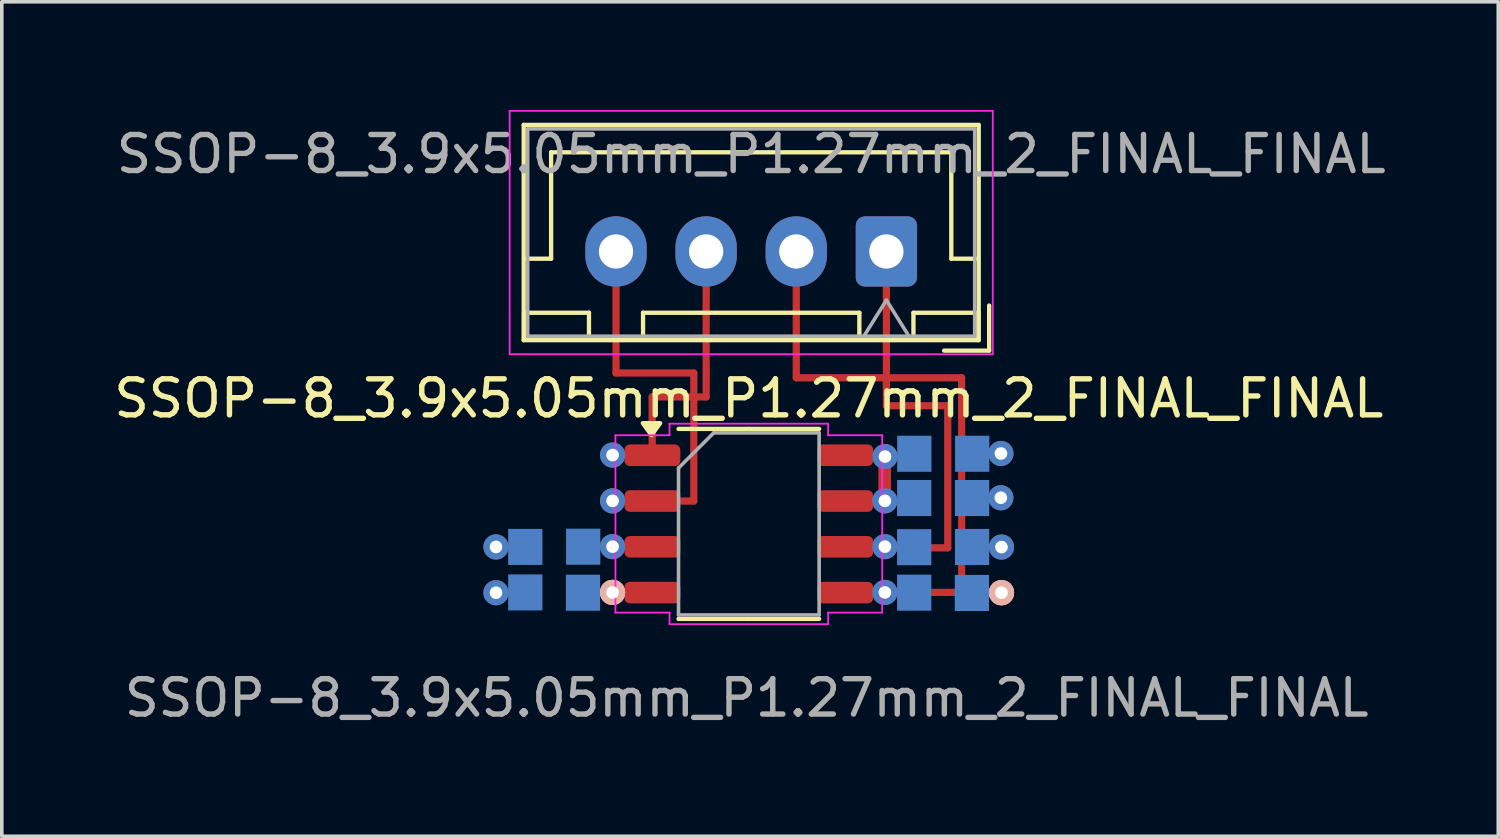
<source format=kicad_pcb>
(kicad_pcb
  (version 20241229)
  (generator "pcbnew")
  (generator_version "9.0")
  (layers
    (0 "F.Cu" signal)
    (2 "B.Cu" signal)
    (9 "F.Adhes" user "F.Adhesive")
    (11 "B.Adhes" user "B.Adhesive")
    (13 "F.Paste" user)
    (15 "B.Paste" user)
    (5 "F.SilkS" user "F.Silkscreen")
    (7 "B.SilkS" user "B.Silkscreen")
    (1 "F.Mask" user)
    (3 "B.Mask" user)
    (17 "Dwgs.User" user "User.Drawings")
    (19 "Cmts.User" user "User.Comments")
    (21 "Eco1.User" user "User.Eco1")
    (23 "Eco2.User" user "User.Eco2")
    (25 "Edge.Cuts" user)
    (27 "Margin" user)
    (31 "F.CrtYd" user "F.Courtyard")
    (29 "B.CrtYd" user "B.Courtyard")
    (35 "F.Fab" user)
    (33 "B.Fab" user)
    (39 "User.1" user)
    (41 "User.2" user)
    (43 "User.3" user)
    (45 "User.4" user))
  (footprint "SSOP-8_3.9x5.05mm_P1.27mm_2_FINAL_FINAL"
    (layer "F.Cu")
    (at 17.72 11.482)
    (property "Reference" "SSOP-8_3.9x5.05mm_P1.27mm_2_FINAL_FINAL" (at 0 -3.48 0) (layer "F.SilkS") (effects (font (size 1 1) (thickness 0.15))))
    (attr smd through_hole)
    (fp_line (start -3.684 -7.557) (end -3.684 -4.186) (stroke (width 0.2) (type default)) (layer "F.Cu"))
    (fp_line (start -3.684 -4.186) (end -1.526 -4.186) (stroke (width 0.2) (type default)) (layer "F.Cu"))
    (fp_line (start -2.681 -3.523) (end -2.681 -1.905) (stroke (width 0.2) (type default)) (layer "F.Cu"))
    (fp_line (start -1.526 -4.186) (end -1.526 -0.635) (stroke (width 0.2) (type default)) (layer "F.Cu"))
    (fp_line (start -1.526 -0.635) (end -1.9 -0.635) (stroke (width 0.2) (type default)) (layer "F.Cu"))
    (fp_line (start -1.184 -7.557) (end -1.184 -3.523) (stroke (width 0.2) (type default)) (layer "F.Cu"))
    (fp_line (start -1.184 -3.523) (end -2.681 -3.523) (stroke (width 0.2) (type default)) (layer "F.Cu"))
    (fp_line (start 1.316 -7.557) (end 1.316 -4.053) (stroke (width 0.2) (type default)) (layer "F.Cu"))
    (fp_line (start 1.316 -4.053) (end 5.903 -4.053) (stroke (width 0.2) (type default)) (layer "F.Cu"))
    (fp_line (start 3.816 -7.557) (end 3.816 -3.278) (stroke (width 0.2) (type default)) (layer "F.Cu"))
    (fp_line (start 3.816 -3.278) (end 5.518 -3.278) (stroke (width 0.2) (type default)) (layer "F.Cu"))
    (fp_line (start 4.124 0.663) (end 3.949 0.663) (stroke (width 0.2) (type default)) (layer "F.Cu"))
    (fp_line (start 4.124 1.9) (end 3.949 1.9) (stroke (width 0.2) (type default)) (layer "F.Cu"))
    (fp_line (start 5.518 -3.278) (end 5.518 0.663) (stroke (width 0.2) (type default)) (layer "F.Cu"))
    (fp_line (start 5.518 0.663) (end 4.124 0.663) (stroke (width 0.2) (type default)) (layer "F.Cu"))
    (fp_line (start 5.903 -4.053) (end 5.903 1.9) (stroke (width 0.2) (type default)) (layer "F.Cu"))
    (fp_line (start 5.903 1.9) (end 4.124 1.9) (stroke (width 0.2) (type default)) (layer "F.Cu"))
    (fp_line (start -6.244 -11.067) (end -6.244 -5.097) (stroke (width 0.12) (type solid)) (layer "F.SilkS"))
    (fp_line (start -6.244 -5.097) (end 6.376 -5.097) (stroke (width 0.12) (type solid)) (layer "F.SilkS"))
    (fp_line (start -6.234 -7.357) (end -5.484 -7.357) (stroke (width 0.12) (type solid)) (layer "F.SilkS"))
    (fp_line (start -6.234 -5.857) (end -6.234 -5.107) (stroke (width 0.12) (type solid)) (layer "F.SilkS"))
    (fp_line (start -6.234 -5.107) (end -4.434 -5.107) (stroke (width 0.12) (type solid)) (layer "F.SilkS"))
    (fp_line (start -5.484 -10.307) (end 0.066 -10.307) (stroke (width 0.12) (type solid)) (layer "F.SilkS"))
    (fp_line (start -5.484 -7.357) (end -5.484 -10.307) (stroke (width 0.12) (type solid)) (layer "F.SilkS"))
    (fp_line (start -4.434 -5.857) (end -6.234 -5.857) (stroke (width 0.12) (type solid)) (layer "F.SilkS"))
    (fp_line (start -4.434 -5.107) (end -4.434 -5.857) (stroke (width 0.12) (type solid)) (layer "F.SilkS"))
    (fp_line (start -2.934 -5.857) (end -2.934 -5.107) (stroke (width 0.12) (type solid)) (layer "F.SilkS"))
    (fp_line (start -2.934 -5.107) (end 3.066 -5.107) (stroke (width 0.12) (type solid)) (layer "F.SilkS"))
    (fp_line (start 0 -2.635) (end -1.95 -2.635) (stroke (width 0.12) (type solid)) (layer "F.SilkS"))
    (fp_line (start 0 -2.635) (end 1.95 -2.635) (stroke (width 0.12) (type solid)) (layer "F.SilkS"))
    (fp_line (start 0 2.635) (end -1.95 2.635) (stroke (width 0.12) (type solid)) (layer "F.SilkS"))
    (fp_line (start 0 2.635) (end 1.95 2.635) (stroke (width 0.12) (type solid)) (layer "F.SilkS"))
    (fp_line (start 3.066 -5.857) (end -2.934 -5.857) (stroke (width 0.12) (type solid)) (layer "F.SilkS"))
    (fp_line (start 3.066 -5.107) (end 3.066 -5.857) (stroke (width 0.12) (type solid)) (layer "F.SilkS"))
    (fp_line (start 4.566 -5.857) (end 4.566 -5.107) (stroke (width 0.12) (type solid)) (layer "F.SilkS"))
    (fp_line (start 4.566 -5.107) (end 6.366 -5.107) (stroke (width 0.12) (type solid)) (layer "F.SilkS"))
    (fp_line (start 5.416 -4.807) (end 6.666 -4.807) (stroke (width 0.12) (type solid)) (layer "F.SilkS"))
    (fp_line (start 5.616 -10.307) (end 0.066 -10.307) (stroke (width 0.12) (type solid)) (layer "F.SilkS"))
    (fp_line (start 5.616 -7.357) (end 5.616 -10.307) (stroke (width 0.12) (type solid)) (layer "F.SilkS"))
    (fp_line (start 6.366 -7.357) (end 5.616 -7.357) (stroke (width 0.12) (type solid)) (layer "F.SilkS"))
    (fp_line (start 6.366 -5.857) (end 4.566 -5.857) (stroke (width 0.12) (type solid)) (layer "F.SilkS"))
    (fp_line (start 6.366 -5.107) (end 6.366 -5.857) (stroke (width 0.12) (type solid)) (layer "F.SilkS"))
    (fp_line (start 6.376 -11.067) (end -6.244 -11.067) (stroke (width 0.12) (type solid)) (layer "F.SilkS"))
    (fp_line (start 6.376 -5.097) (end 6.376 -11.067) (stroke (width 0.12) (type solid)) (layer "F.SilkS"))
    (fp_line (start 6.666 -4.807) (end 6.666 -6.057) (stroke (width 0.12) (type solid)) (layer "F.SilkS"))
    (fp_poly (pts (xy -2.7 -2.465) (xy -2.94 -2.795) (xy -2.46 -2.795)) (stroke (width 0.12) (type solid)) (fill yes) (layer "F.SilkS"))
    (fp_line (start -6.634 -11.457) (end -6.634 -4.707) (stroke (width 0.05) (type solid)) (layer "F.CrtYd"))
    (fp_line (start -6.634 -4.707) (end 6.766 -4.707) (stroke (width 0.05) (type solid)) (layer "F.CrtYd"))
    (fp_line (start -3.7 -2.46) (end -2.2 -2.46) (stroke (width 0.05) (type solid)) (layer "F.CrtYd"))
    (fp_line (start -3.7 2.46) (end -3.7 -2.46) (stroke (width 0.05) (type solid)) (layer "F.CrtYd"))
    (fp_line (start -2.2 -2.78) (end 2.2 -2.78) (stroke (width 0.05) (type solid)) (layer "F.CrtYd"))
    (fp_line (start -2.2 -2.46) (end -2.2 -2.78) (stroke (width 0.05) (type solid)) (layer "F.CrtYd"))
    (fp_line (start -2.2 2.46) (end -3.7 2.46) (stroke (width 0.05) (type solid)) (layer "F.CrtYd"))
    (fp_line (start -2.2 2.78) (end -2.2 2.46) (stroke (width 0.05) (type solid)) (layer "F.CrtYd"))
    (fp_line (start 2.2 -2.78) (end 2.2 -2.46) (stroke (width 0.05) (type solid)) (layer "F.CrtYd"))
    (fp_line (start 2.2 -2.46) (end 3.7 -2.46) (stroke (width 0.05) (type solid)) (layer "F.CrtYd"))
    (fp_line (start 2.2 2.46) (end 2.2 2.78) (stroke (width 0.05) (type solid)) (layer "F.CrtYd"))
    (fp_line (start 2.2 2.78) (end -2.2 2.78) (stroke (width 0.05) (type solid)) (layer "F.CrtYd"))
    (fp_line (start 3.7 -2.46) (end 3.7 2.46) (stroke (width 0.05) (type solid)) (layer "F.CrtYd"))
    (fp_line (start 3.7 2.46) (end 2.2 2.46) (stroke (width 0.05) (type solid)) (layer "F.CrtYd"))
    (fp_line (start 6.766 -11.457) (end -6.634 -11.457) (stroke (width 0.05) (type solid)) (layer "F.CrtYd"))
    (fp_line (start 6.766 -4.707) (end 6.766 -11.457) (stroke (width 0.05) (type solid)) (layer "F.CrtYd"))
    (fp_line (start -6.134 -10.957) (end -6.134 -5.207) (stroke (width 0.1) (type solid)) (layer "F.Fab"))
    (fp_line (start -6.134 -5.207) (end 6.266 -5.207) (stroke (width 0.1) (type solid)) (layer "F.Fab"))
    (fp_line (start -1.95 -1.55) (end -0.975 -2.525) (stroke (width 0.1) (type solid)) (layer "F.Fab"))
    (fp_line (start -1.95 2.525) (end -1.95 -1.55) (stroke (width 0.1) (type solid)) (layer "F.Fab"))
    (fp_line (start -0.975 -2.525) (end 1.95 -2.525) (stroke (width 0.1) (type solid)) (layer "F.Fab"))
    (fp_line (start 1.95 -2.525) (end 1.95 2.525) (stroke (width 0.1) (type solid)) (layer "F.Fab"))
    (fp_line (start 1.95 2.525) (end -1.95 2.525) (stroke (width 0.1) (type solid)) (layer "F.Fab"))
    (fp_line (start 3.816 -6.207) (end 3.191 -5.207) (stroke (width 0.1) (type solid)) (layer "F.Fab"))
    (fp_line (start 4.441 -5.207) (end 3.816 -6.207) (stroke (width 0.1) (type solid)) (layer "F.Fab"))
    (fp_line (start 6.266 -10.957) (end -6.134 -10.957) (stroke (width 0.1) (type solid)) (layer "F.Fab"))
    (fp_line (start 6.266 -5.207) (end 6.266 -10.957) (stroke (width 0.1) (type solid)) (layer "F.Fab"))
    (fp_text user "${REFERENCE}" (at 0.066 -10.257 180) (layer "F.Fab") (effects (font (size 1 1) (thickness 0.15))))
    (fp_text user "${REFERENCE}" (at -0.06 4.827 0) (layer "F.Fab") (effects (font (size 0.98 0.98) (thickness 0.15))))
    (pad "1" thru_hole circle (at -3.779 -1.91) (size 0.7 0.7) (drill 0.35) (layers "*.Cu" "*.Mask"))
    (pad "1" smd roundrect (at -2.675 -1.905) (size 1.55 0.6) (layers "F.Cu" "F.Mask" "F.Paste") (roundrect_rratio 0.25))
    (pad "1" thru_hole roundrect (at 3.816 -7.557 180) (size 1.7 1.95) (drill 0.95) (layers "*.Cu" "*.Mask") (roundrect_rratio 0.147))
    (pad "2" thru_hole circle (at -3.779 -0.64) (size 0.7 0.7) (drill 0.35) (layers "*.Cu" "*.Mask"))
    (pad "2" smd roundrect (at -2.675 -0.635) (size 1.55 0.6) (layers "F.Cu" "F.Mask" "F.Paste") (roundrect_rratio 0.25))
    (pad "2" thru_hole oval (at 1.316 -7.557 180) (size 1.7 1.95) (drill 0.95) (layers "*.Cu" "*.Mask"))
    (pad "3" smd rect (at -4.594 0.632) (size 0.95 1) (layers "B.Cu" "B.Mask"))
    (pad "3" thru_hole circle (at -3.779 0.63) (size 0.7 0.7) (drill 0.35) (layers "*.Cu" "*.Mask"))
    (pad "3" smd roundrect (at -2.675 0.635) (size 1.55 0.6) (layers "F.Cu" "F.Mask" "F.Paste") (roundrect_rratio 0.25))
    (pad "3" thru_hole oval (at -1.184 -7.557 180) (size 1.7 1.95) (drill 0.95) (layers "*.Cu" "*.Mask"))
    (pad "4" smd rect (at -4.6 1.908) (size 0.95 1) (layers "B.Cu" "B.Mask"))
    (pad "4" thru_hole circle (at -3.779 1.9) (size 0.7 0.7) (drill 0.35) (layers "*.Cu" "*.Adhes" "*.Paste" "*.SilkS" "*.Mask"))
    (pad "4" thru_hole oval (at -3.684 -7.557 180) (size 1.7 1.95) (drill 0.95) (layers "*.Cu" "*.Mask"))
    (pad "4" smd roundrect (at -2.675 1.905) (size 1.55 0.6) (layers "F.Cu" "F.Mask" "F.Paste") (roundrect_rratio 0.25))
    (pad "5" smd roundrect (at 2.675 1.905) (size 1.55 0.6) (layers "F.Cu" "F.Mask" "F.Paste") (roundrect_rratio 0.25))
    (pad "5" thru_hole circle (at 3.774 1.9) (size 0.7 0.7) (drill 0.35) (layers "*.Cu" "*.Mask"))
    (pad "5" smd rect (at 4.587 1.907) (size 0.95 1) (layers "B.Cu" "B.Mask"))
    (pad "6" smd roundrect (at 2.675 0.635) (size 1.55 0.6) (layers "F.Cu" "F.Mask" "F.Paste") (roundrect_rratio 0.25))
    (pad "6" thru_hole circle (at 3.774 0.63) (size 0.7 0.7) (drill 0.35) (layers "*.Cu" "*.Mask"))
    (pad "6" smd rect (at 4.587 0.645) (size 0.95 1) (layers "B.Cu" "B.Mask"))
    (pad "7" smd roundrect (at 2.675 -0.635) (size 1.55 0.6) (layers "F.Cu" "F.Mask" "F.Paste") (roundrect_rratio 0.25))
    (pad "7" thru_hole circle (at 3.774 -0.64) (size 0.7 0.7) (drill 0.35) (layers "*.Cu" "*.Mask"))
    (pad "7" smd rect (at 4.587 -0.718) (size 0.95 1) (layers "B.Cu" "B.Mask"))
    (pad "8" smd roundrect (at 2.675 -1.905) (size 1.55 0.6) (layers "F.Cu" "F.Mask" "F.Paste") (roundrect_rratio 0.25))
    (pad "8" thru_hole circle (at 3.777 -1.868) (size 0.7 0.7) (drill 0.35) (layers "*.Cu" "*.Mask"))
    (pad "8" smd rect (at 4.59 -1.946) (size 0.95 1) (layers "B.Cu" "B.Mask"))
    (pad "9" thru_hole circle (at -7.013 0.638) (size 0.7 0.7) (drill 0.35) (layers "*.Cu" "*.Mask"))
    (pad "9" smd rect (at -6.2 0.638) (size 0.95 1) (layers "B.Cu" "B.Mask"))
    (pad "10" thru_hole circle (at -7.013 1.908) (size 0.7 0.7) (drill 0.35) (layers "*.Cu" "*.Mask"))
    (pad "10" smd rect (at -6.2 1.9) (size 0.95 1) (layers "B.Cu" "B.Mask"))
    (pad "11" smd rect (at 6.187 1.915) (size 0.95 1) (layers "B.Cu" "B.Mask"))
    (pad "11" thru_hole circle (at 7.008 1.907) (size 0.7 0.7) (drill 0.35) (layers "*.Cu" "*.Adhes" "*.Paste" "*.SilkS" "*.Mask"))
    (pad "12" smd rect (at 6.193 0.639) (size 0.95 1) (layers "B.Cu" "B.Mask"))
    (pad "12" thru_hole circle (at 7.008 0.642) (size 0.7 0.7) (drill 0.35) (layers "*.Cu" "*.Mask"))
    (pad "13" smd rect (at 6.193 -0.718) (size 0.95 1) (layers "B.Cu" "B.Mask"))
    (pad "13" thru_hole circle (at 6.99 -0.726) (size 0.7 0.7) (drill 0.35) (layers "*.Cu" "*.Mask"))
    (pad "14" smd rect (at 6.196 -1.946) (size 0.95 1) (layers "B.Cu" "B.Mask"))
    (pad "14" thru_hole circle (at 6.993 -1.954) (size 0.7 0.7) (drill 0.35) (layers "*.Cu" "*.Mask"))
    (pad "15" smd roundrect (at 3.768 -1.253) (size 0.35 0.875) (layers "F.Cu" "F.Mask" "F.Paste") (roundrect_rratio 0.25)))
  (gr_rect
    (start -3 -3)
    (end 38.507 20.146)
    (stroke (width 0.1) (type default))
    (fill no)
    (layer "Edge.Cuts")))
</source>
